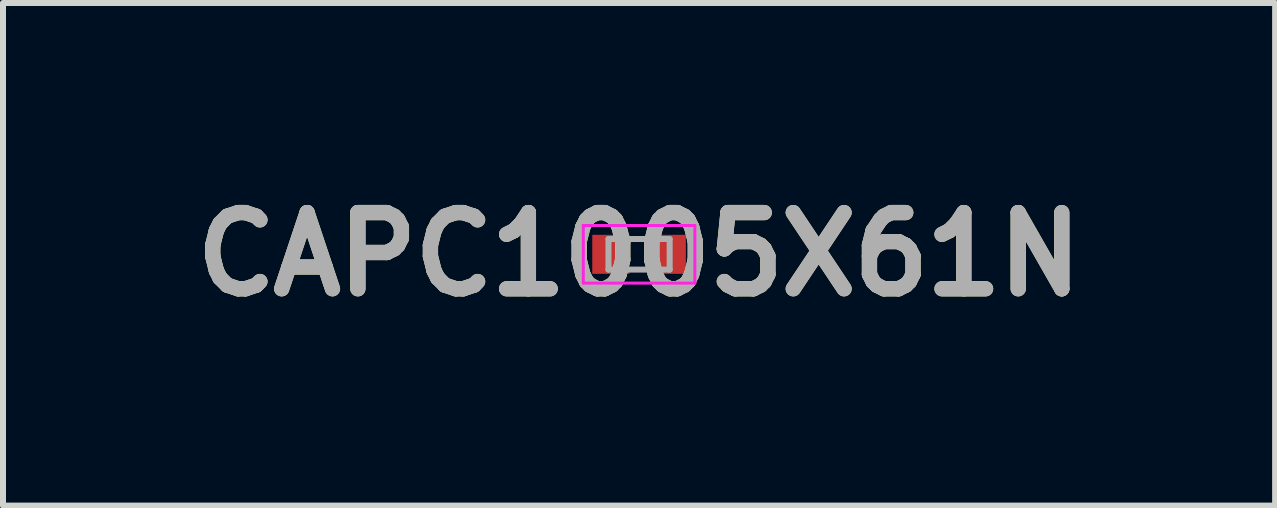
<source format=kicad_pcb>
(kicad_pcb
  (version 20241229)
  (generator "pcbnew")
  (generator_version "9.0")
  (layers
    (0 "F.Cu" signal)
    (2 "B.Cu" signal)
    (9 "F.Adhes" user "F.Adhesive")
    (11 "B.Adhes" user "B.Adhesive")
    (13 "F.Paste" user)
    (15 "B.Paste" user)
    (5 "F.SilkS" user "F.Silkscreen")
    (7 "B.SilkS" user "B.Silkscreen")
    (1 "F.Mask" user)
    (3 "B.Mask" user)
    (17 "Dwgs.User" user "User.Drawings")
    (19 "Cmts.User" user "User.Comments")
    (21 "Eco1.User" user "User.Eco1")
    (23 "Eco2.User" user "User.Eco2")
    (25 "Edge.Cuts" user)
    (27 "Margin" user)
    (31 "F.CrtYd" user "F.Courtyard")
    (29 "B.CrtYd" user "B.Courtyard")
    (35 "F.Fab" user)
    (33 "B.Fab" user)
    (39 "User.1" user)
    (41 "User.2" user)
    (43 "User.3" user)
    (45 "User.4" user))
  (footprint "CAPC1005X61N"
    (layer "F.Cu")
    (at 7.602 1.189)
    (property "Reference" "CAPC1005X61N" (at 0 0 0) (layer "F.SilkS") (effects (font (size 1.27 1.27) (thickness 0.254))))
    (attr smd)
    (fp_line (start -0.93 -0.48) (end 0.93 -0.48) (stroke (width 0.05) (type solid)) (layer "F.CrtYd"))
    (fp_line (start -0.93 0.48) (end -0.93 -0.48) (stroke (width 0.05) (type solid)) (layer "F.CrtYd"))
    (fp_line (start 0.93 -0.48) (end 0.93 0.48) (stroke (width 0.05) (type solid)) (layer "F.CrtYd"))
    (fp_line (start 0.93 0.48) (end -0.93 0.48) (stroke (width 0.05) (type solid)) (layer "F.CrtYd"))
    (fp_line (start -0.51 -0.255) (end 0.51 -0.255) (stroke (width 0.1) (type solid)) (layer "F.Fab"))
    (fp_line (start -0.51 0.255) (end -0.51 -0.255) (stroke (width 0.1) (type solid)) (layer "F.Fab"))
    (fp_line (start 0.51 -0.255) (end 0.51 0.255) (stroke (width 0.1) (type solid)) (layer "F.Fab"))
    (fp_line (start 0.51 0.255) (end -0.51 0.255) (stroke (width 0.1) (type solid)) (layer "F.Fab"))
    (fp_text user "${REFERENCE}" (at 0 0 0) (layer "F.Fab") (effects (font (size 1.27 1.27) (thickness 0.254))))
    (pad "1" smd rect (at -0.47 0) (size 0.62 0.65) (layers "F.Cu" "F.Mask" "F.Paste"))
    (pad "2" smd rect (at 0.47 0) (size 0.62 0.65) (layers "F.Cu" "F.Mask" "F.Paste")))
  (gr_rect
    (start -3 -3)
    (end 18.204 5.377)
    (stroke (width 0.1) (type default))
    (fill no)
    (layer "Edge.Cuts")))
</source>
